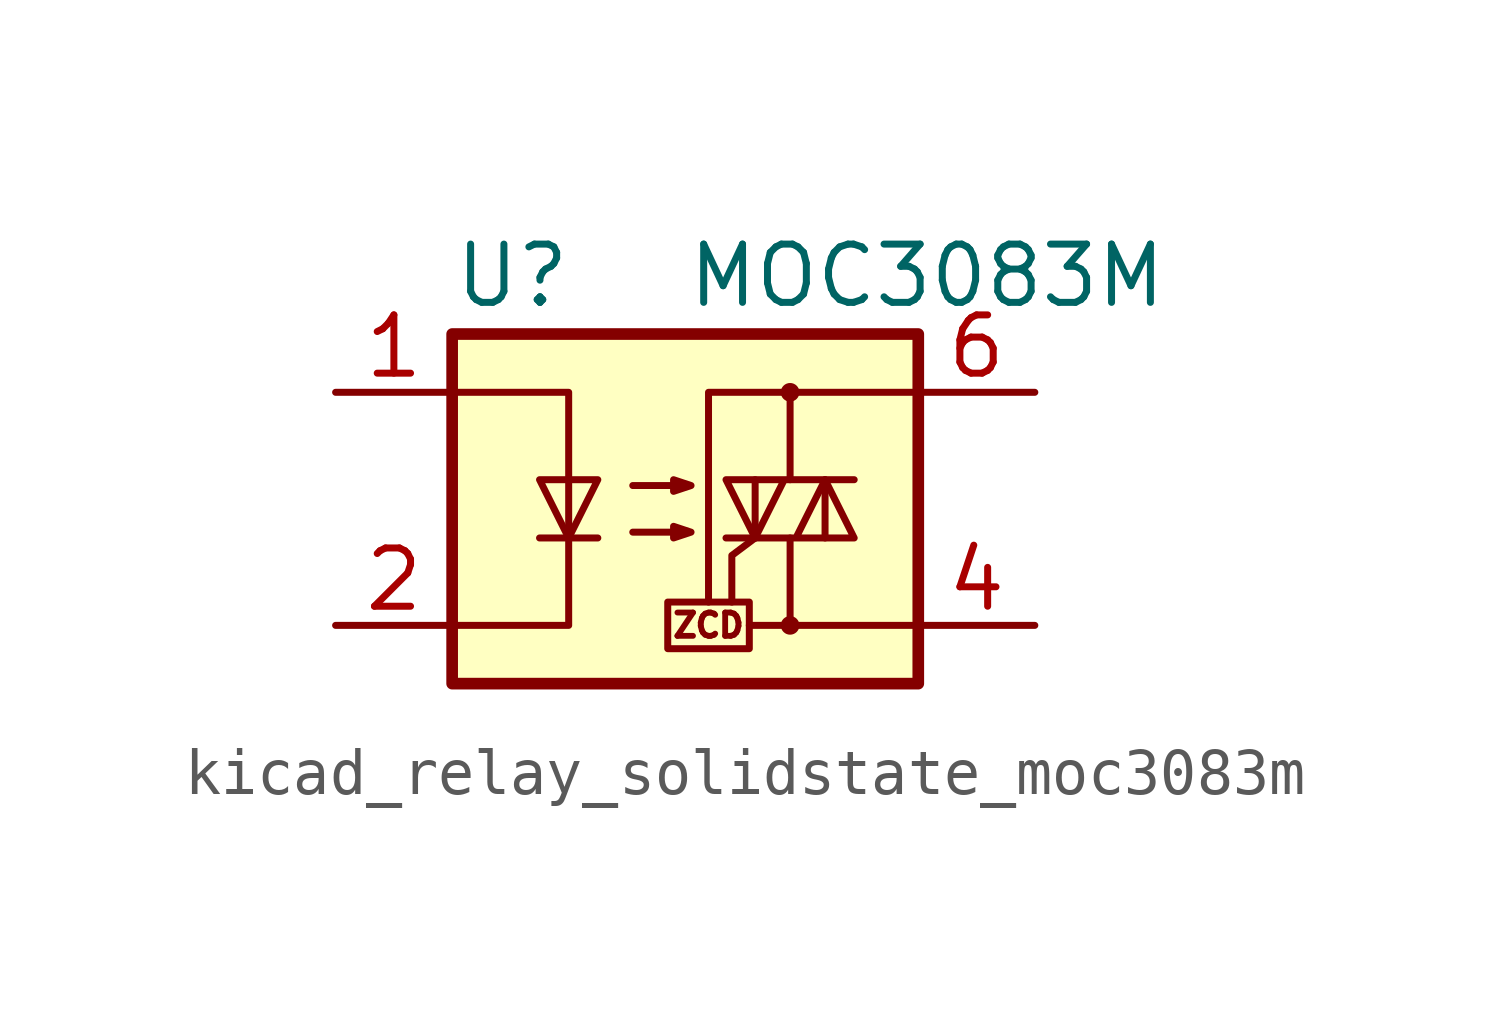
<source format=kicad_sym>
(kicad_symbol_lib
  (version 20220914)
  (generator kicad_symbol_editor)
  (symbol "kicad_relay_solidstate_moc3083m"
    (property "Reference" "U"
      (at -5.08 5.08 0)
      (effects (font (size 1.27 1.27)) (justify left)))
    (property "Value" "MOC3083M"
      (at 0 5.08 0)
      (effects (font (size 1.27 1.27)) (justify left)))
    (symbol "kicad_relay_solidstate_moc3083m_0_0"
      (rectangle (start -0.381 -2.032) (end 1.397 -3.048) (stroke (width 0) (type default)) (fill (type none)))
      (polyline (pts (xy 2.286 -2.54) (xy 1.397 -2.54)) (stroke (width 0) (type default)) (fill (type none)))
      (polyline (pts (xy 1.524 -0.635) (xy 1.016 -1.016) (xy 1.016 -2.032)) (stroke (width 0) (type default)) (fill (type none)))
      (text "ZCD" (at 0.508 -2.54 0) (effects (font (size 0.508 0.508)))))
    (symbol "kicad_relay_solidstate_moc3083m_0_1"
      (rectangle (start -5.08 3.81) (end 5.08 -3.81) (stroke (width 0.254) (type default)) (fill (type background)))
      (polyline (pts (xy -3.175 -0.635) (xy -1.905 -0.635)) (stroke (width 0) (type default)) (fill (type none)))
      (polyline (pts (xy 1.524 -0.635) (xy 1.524 0.635)) (stroke (width 0) (type default)) (fill (type none)))
      (polyline (pts (xy 3.048 0.635) (xy 3.048 -0.635)) (stroke (width 0) (type default)) (fill (type none)))
      (polyline (pts (xy 2.286 -0.635) (xy 2.286 -2.54) (xy 5.08 -2.54)) (stroke (width 0) (type default)) (fill (type none)))
      (polyline (pts (xy 2.286 0.635) (xy 2.286 2.54) (xy 5.08 2.54)) (stroke (width 0) (type default)) (fill (type none)))
      (polyline (pts (xy 2.286 2.54) (xy 0.508 2.54) (xy 0.508 -2.032)) (stroke (width 0) (type default)) (fill (type none)))
      (polyline (pts (xy -5.08 2.54) (xy -2.54 2.54) (xy -2.54 -2.54) (xy -5.08 -2.54)) (stroke (width 0) (type default)) (fill (type none)))
      (polyline (pts (xy -2.54 -0.635) (xy -3.175 0.635) (xy -1.905 0.635) (xy -2.54 -0.635)) (stroke (width 0) (type default)) (fill (type none)))
      (polyline (pts (xy 0.889 -0.635) (xy 3.683 -0.635) (xy 3.048 0.635) (xy 2.413 -0.635)) (stroke (width 0) (type default)) (fill (type none)))
      (polyline (pts (xy 3.683 0.635) (xy 0.889 0.635) (xy 1.524 -0.635) (xy 2.159 0.635)) (stroke (width 0) (type default)) (fill (type none)))
      (polyline (pts (xy -1.143 -0.508) (xy 0.127 -0.508) (xy -0.254 -0.635) (xy -0.254 -0.381) (xy 0.127 -0.508)) (stroke (width 0) (type default)) (fill (type none)))
      (polyline (pts (xy -1.143 0.508) (xy 0.127 0.508) (xy -0.254 0.381) (xy -0.254 0.635) (xy 0.127 0.508)) (stroke (width 0) (type default)) (fill (type none)))
      (circle (center 2.286 -2.54) (radius 0.127) (stroke (width 0) (type default)) (fill (type none)))
      (circle (center 2.286 2.54) (radius 0.127) (stroke (width 0) (type default)) (fill (type none))))
    (symbol "kicad_relay_solidstate_moc3083m_1_1"
      (pin passive line (at -7.62 2.54 0) (length 2.54) (name "~" (effects (font (size 1.27 1.27)))) (number "1" (effects (font (size 1.27 1.27)))))
      (pin passive line (at -7.62 -2.54 0) (length 2.54) (name "~" (effects (font (size 1.27 1.27)))) (number "2" (effects (font (size 1.27 1.27)))))
      (pin no_connect line (at -5.08 0 0) (length 2.54) hide (name "NC" (effects (font (size 1.27 1.27)))) (number "3" (effects (font (size 1.27 1.27)))))
      (pin passive line (at 7.62 -2.54 180) (length 2.54) (name "~" (effects (font (size 1.27 1.27)))) (number "4" (effects (font (size 1.27 1.27)))))
      (pin no_connect line (at 5.08 0 180) (length 2.54) hide (name "NC" (effects (font (size 1.27 1.27)))) (number "5" (effects (font (size 1.27 1.27)))))
      (pin passive line (at 7.62 2.54 180) (length 2.54) (name "~" (effects (font (size 1.27 1.27)))) (number "6" (effects (font (size 1.27 1.27))))))))
</source>
